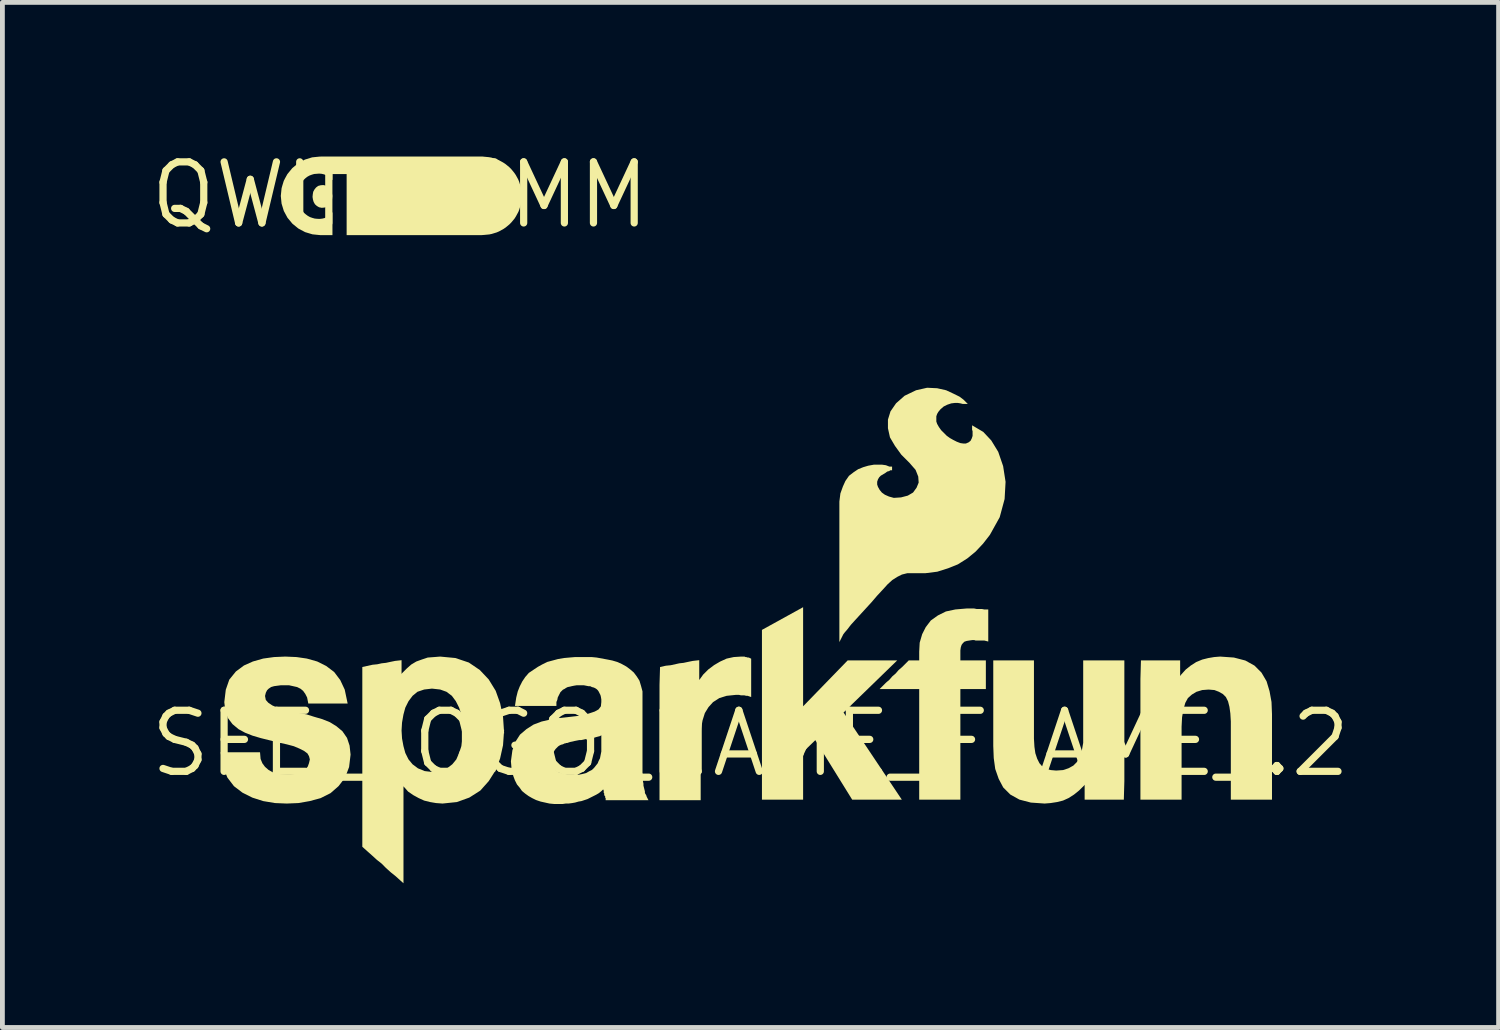
<source format=kicad_pcb>
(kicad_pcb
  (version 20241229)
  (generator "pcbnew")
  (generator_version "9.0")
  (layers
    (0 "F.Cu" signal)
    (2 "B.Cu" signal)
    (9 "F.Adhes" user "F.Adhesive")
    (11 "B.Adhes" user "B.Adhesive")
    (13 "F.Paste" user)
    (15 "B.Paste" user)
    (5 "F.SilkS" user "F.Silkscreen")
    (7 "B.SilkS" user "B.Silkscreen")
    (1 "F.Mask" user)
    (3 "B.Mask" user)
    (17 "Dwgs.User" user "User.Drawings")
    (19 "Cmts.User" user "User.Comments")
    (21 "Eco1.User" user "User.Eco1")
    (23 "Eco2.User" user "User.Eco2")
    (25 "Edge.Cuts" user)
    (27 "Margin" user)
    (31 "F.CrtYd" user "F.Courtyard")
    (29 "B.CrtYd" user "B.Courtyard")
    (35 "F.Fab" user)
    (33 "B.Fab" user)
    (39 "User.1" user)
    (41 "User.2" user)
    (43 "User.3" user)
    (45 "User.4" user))
  (footprint "SFE_LOGO_NAME_FLAME_.2"
    (layer "F.Cu")
    (at 12.556 12.41)
    (property "Reference" "SFE_LOGO_NAME_FLAME_.2" (at 0 0 0) (layer "F.SilkS") (effects (font (size 1.27 1.27) (thickness 0.15))))
    (fp_poly (pts (xy -5.123 -0.286) (xy -5.146 0.037) (xy -5.207 0.312) (xy -5.313 0.593) (xy -6.071 0.231) (xy -6.011 0.053) (xy -5.992 -0.102) (xy -5.98 -0.308)) (stroke (width 0) (type solid)) (fill yes) (layer "F.SilkS"))
    (fp_poly (pts (xy 1.094 -0.773) (xy 2.02 -1.727) (xy 3.05 -1.727) (xy 1.935 -0.644) (xy 3.147 1.169) (xy 2.115 1.169) (xy 1.348 -0.069) (xy 1.094 0.177) (xy 1.094 1.169) (xy 0.238 1.169) (xy 0.238 -2.362) (xy 1.094 -2.834)) (stroke (width 0) (type solid)) (fill yes) (layer "F.SilkS"))
    (fp_poly (pts (xy -3.337 -0.091) (xy -3.429 -0.091) (xy -3.466 -0.082) (xy -3.52 -0.071) (xy -3.56 -0.071) (xy -3.656 -0.052) (xy -3.696 -0.042) (xy -3.746 -0.032) (xy -3.859 -0.004) (xy -4.035 -0.522) (xy -3.808 -0.547) (xy -3.639 -0.567) (xy -3.444 -0.591)) (stroke (width 0) (type solid)) (fill yes) (layer "F.SilkS"))
    (fp_poly (pts (xy -0.105 -1.797) (xy -0.088 -1.797) (xy -0.058 -1.787) (xy -0.035 -1.787) (xy 0.014 -1.763) (xy 0.014 -0.966) (xy -0.06 -0.991) (xy -0.089 -0.991) (xy -0.129 -1.001) (xy -0.199 -1.001) (xy -0.239 -1.011) (xy -0.302 -1.011) (xy -0.496 -0.991) (xy -0.648 -0.944) (xy -0.779 -0.86) (xy -0.873 -0.756) (xy -0.949 -0.633) (xy -0.997 -0.48) (xy -1.026 -0.315) (xy -1.036 -0.138) (xy -1.036 1.179) (xy -1.892 1.179) (xy -1.892 -1.22) (xy -1.881 -1.59) (xy -1.76 -1.617) (xy -1.66 -1.627) (xy -1.48 -1.667) (xy -1.39 -1.677) (xy -1.302 -1.696) (xy -1.2 -1.717) (xy -1.066 -1.732) (xy -1.066 -1.32) (xy -0.983 -1.434) (xy -0.879 -1.538) (xy -0.755 -1.631) (xy -0.632 -1.703) (xy -0.496 -1.765) (xy -0.349 -1.797) (xy -0.195 -1.807) (xy -0.125 -1.807)) (stroke (width 0) (type solid)) (fill yes) (layer "F.SilkS"))
    (fp_poly (pts (xy 5.894 -0.1) (xy 5.904 0.067) (xy 5.923 0.202) (xy 5.961 0.316) (xy 6.008 0.41) (xy 6.062 0.472) (xy 6.142 0.526) (xy 6.243 0.553) (xy 6.356 0.563) (xy 6.499 0.553) (xy 6.611 0.516) (xy 6.713 0.46) (xy 6.785 0.388) (xy 6.841 0.285) (xy 6.889 0.151) (xy 6.918 -0.012) (xy 6.918 -1.727) (xy 7.774 -1.727) (xy 7.774 0.782) (xy 7.763 1.169) (xy 6.948 1.169) (xy 6.948 0.858) (xy 6.935 0.876) (xy 6.831 0.979) (xy 6.728 1.062) (xy 6.614 1.135) (xy 6.499 1.187) (xy 6.374 1.218) (xy 6.24 1.239) (xy 6.116 1.249) (xy 5.83 1.229) (xy 5.592 1.167) (xy 5.403 1.062) (xy 5.255 0.914) (xy 5.161 0.736) (xy 5.089 0.53) (xy 5.058 0.304) (xy 5.048 0.052) (xy 5.048 -1.727) (xy 5.894 -1.727)) (stroke (width 0) (type solid)) (fill yes) (layer "F.SilkS"))
    (fp_poly (pts (xy 10.052 -1.787) (xy 10.29 -1.725) (xy 10.479 -1.62) (xy 10.626 -1.473) (xy 10.731 -1.294) (xy 10.793 -1.088) (xy 10.834 -0.863) (xy 10.844 -0.61) (xy 10.844 1.169) (xy 9.988 1.169) (xy 9.988 -0.458) (xy 9.978 -0.625) (xy 9.959 -0.762) (xy 9.93 -0.876) (xy 9.885 -0.966) (xy 9.823 -1.028) (xy 9.74 -1.075) (xy 9.647 -1.111) (xy 9.526 -1.121) (xy 9.393 -1.111) (xy 9.272 -1.074) (xy 9.179 -1.018) (xy 9.096 -0.945) (xy 9.041 -0.844) (xy 9.003 -0.71) (xy 8.974 -0.545) (xy 8.964 -0.348) (xy 8.964 1.169) (xy 8.108 1.169) (xy 8.108 -1.34) (xy 8.119 -1.727) (xy 8.934 -1.727) (xy 8.934 -1.402) (xy 8.956 -1.433) (xy 9.05 -1.537) (xy 9.154 -1.62) (xy 9.268 -1.693) (xy 9.394 -1.745) (xy 9.518 -1.776) (xy 9.641 -1.797) (xy 9.766 -1.807)) (stroke (width 0) (type solid)) (fill yes) (layer "F.SilkS"))
    (fp_poly (pts (xy 4.7 -2.797) (xy 4.81 -2.797) (xy 4.86 -2.787) (xy 4.944 -2.787) (xy 4.944 -2.12) (xy 4.861 -2.141) (xy 4.68 -2.141) (xy 4.65 -2.151) (xy 4.619 -2.151) (xy 4.552 -2.141) (xy 4.495 -2.132) (xy 4.447 -2.116) (xy 4.415 -2.084) (xy 4.39 -2.051) (xy 4.373 -2) (xy 4.364 -1.936) (xy 4.364 -1.727) (xy 4.894 -1.727) (xy 4.894 -1.131) (xy 4.364 -1.131) (xy 4.364 1.169) (xy 3.508 1.169) (xy 3.508 -1.131) (xy 2.684 -1.131) (xy 2.82 -1.267) (xy 2.889 -1.326) (xy 2.949 -1.396) (xy 3.019 -1.456) (xy 3.079 -1.526) (xy 3.15 -1.587) (xy 3.29 -1.727) (xy 3.508 -1.727) (xy 3.508 -1.91) (xy 3.518 -2.096) (xy 3.57 -2.273) (xy 3.644 -2.419) (xy 3.749 -2.557) (xy 3.896 -2.662) (xy 4.063 -2.745) (xy 4.26 -2.787) (xy 4.494 -2.807) (xy 4.65 -2.807)) (stroke (width 0) (type solid)) (fill yes) (layer "F.SilkS"))
    (fp_poly (pts (xy -6.136 -1.777) (xy -5.857 -1.683) (xy -5.629 -1.528) (xy -5.444 -1.332) (xy -5.299 -1.096) (xy -5.207 -0.839) (xy -5.146 -0.554) (xy -5.123 -0.21) (xy -5.98 -0.232) (xy -5.992 -0.436) (xy -6.011 -0.601) (xy -6.059 -0.744) (xy -6.127 -0.879) (xy -6.211 -0.992) (xy -6.322 -1.075) (xy -6.453 -1.122) (xy -6.624 -1.141) (xy -6.786 -1.122) (xy -6.925 -1.075) (xy -7.026 -0.992) (xy -7.111 -0.879) (xy -7.178 -0.745) (xy -7.217 -0.601) (xy -7.246 -0.435) (xy -7.256 -0.269) (xy -7.246 -0.104) (xy -7.217 0.053) (xy -7.178 0.197) (xy -7.112 0.33) (xy -7.027 0.433) (xy -6.915 0.517) (xy -6.775 0.574) (xy -6.614 0.593) (xy -6.444 0.574) (xy -6.313 0.518) (xy -6.201 0.433) (xy -6.117 0.331) (xy -6.043 0.159) (xy -5.279 0.525) (xy -5.444 0.784) (xy -5.619 0.98) (xy -5.847 1.125) (xy -6.105 1.218) (xy -6.403 1.249) (xy -6.539 1.239) (xy -6.662 1.218) (xy -6.787 1.187) (xy -6.901 1.135) (xy -7.014 1.073) (xy -7.12 1) (xy -7.203 0.906) (xy -7.216 0.89) (xy -7.216 2.907) (xy -7.379 2.76) (xy -7.479 2.68) (xy -7.58 2.589) (xy -7.669 2.499) (xy -7.769 2.42) (xy -7.869 2.329) (xy -7.959 2.249) (xy -8.072 2.148) (xy -8.072 -1.59) (xy -7.86 -1.637) (xy -7.76 -1.647) (xy -7.67 -1.667) (xy -7.58 -1.677) (xy -7.492 -1.696) (xy -7.39 -1.717) (xy -7.256 -1.732) (xy -7.256 -1.446) (xy -7.243 -1.464) (xy -7.15 -1.557) (xy -7.057 -1.64) (xy -6.95 -1.704) (xy -6.837 -1.745) (xy -6.712 -1.787) (xy -6.577 -1.797) (xy -6.454 -1.807)) (stroke (width 0) (type solid)) (fill yes) (layer "F.SilkS"))
    (fp_poly (pts (xy -9.44 -1.797) (xy -9.226 -1.766) (xy -9.01 -1.705) (xy -8.824 -1.612) (xy -8.657 -1.486) (xy -8.531 -1.319) (xy -8.438 -1.121) (xy -8.377 -0.831) (xy -9.195 -0.831) (xy -9.22 -0.957) (xy -9.257 -1.029) (xy -9.302 -1.093) (xy -9.355 -1.137) (xy -9.427 -1.173) (xy -9.598 -1.211) (xy -9.762 -1.211) (xy -9.839 -1.201) (xy -9.906 -1.192) (xy -9.968 -1.174) (xy -10.02 -1.139) (xy -10.053 -1.106) (xy -10.078 -1.056) (xy -10.095 -0.988) (xy -10.079 -0.906) (xy -10.028 -0.848) (xy -9.945 -0.792) (xy -9.84 -0.745) (xy -9.715 -0.706) (xy -9.566 -0.676) (xy -9.406 -0.636) (xy -9.235 -0.606) (xy -9.073 -0.555) (xy -8.902 -0.505) (xy -8.747 -0.443) (xy -8.612 -0.36) (xy -8.486 -0.255) (xy -8.39 -0.116) (xy -8.337 0.043) (xy -8.316 0.231) (xy -8.347 0.49) (xy -8.43 0.71) (xy -8.566 0.887) (xy -8.733 1.033) (xy -8.94 1.137) (xy -9.166 1.198) (xy -9.4 1.239) (xy -9.644 1.249) (xy -9.888 1.239) (xy -10.133 1.198) (xy -10.358 1.126) (xy -10.564 1.023) (xy -10.741 0.888) (xy -10.877 0.71) (xy -10.971 0.481) (xy -11.019 0.183) (xy -10.199 0.183) (xy -10.187 0.322) (xy -10.15 0.412) (xy -10.096 0.485) (xy -10.022 0.55) (xy -9.939 0.596) (xy -9.845 0.624) (xy -9.749 0.643) (xy -9.632 0.653) (xy -9.558 0.653) (xy -9.473 0.634) (xy -9.397 0.615) (xy -9.322 0.577) (xy -9.259 0.541) (xy -9.207 0.481) (xy -9.181 0.41) (xy -9.163 0.332) (xy -9.18 0.265) (xy -9.213 0.207) (xy -9.284 0.154) (xy -9.38 0.106) (xy -9.496 0.057) (xy -9.643 0.018) (xy -9.823 -0.022) (xy -10.184 -0.112) (xy -10.356 -0.163) (xy -10.51 -0.224) (xy -10.645 -0.297) (xy -10.772 -0.403) (xy -10.868 -0.531) (xy -10.921 -0.68) (xy -10.942 -0.859) (xy -10.911 -1.118) (xy -10.838 -1.328) (xy -10.701 -1.497) (xy -10.533 -1.622) (xy -10.347 -1.705) (xy -10.132 -1.766) (xy -9.907 -1.797) (xy -9.674 -1.807)) (stroke (width 0) (type solid)) (fill yes) (layer "F.SilkS"))
    (fp_poly (pts (xy 3.881 -7.387) (xy 4.068 -7.345) (xy 4.223 -7.273) (xy 4.346 -7.212) (xy 4.431 -7.148) (xy 4.518 -7.061) (xy 4.411 -7.061) (xy 4.368 -7.072) (xy 4.313 -7.081) (xy 4.248 -7.081) (xy 4.174 -7.072) (xy 4.091 -7.044) (xy 4.017 -7.007) (xy 3.953 -6.952) (xy 3.907 -6.897) (xy 3.881 -6.853) (xy 3.864 -6.803) (xy 3.864 -6.695) (xy 3.881 -6.645) (xy 3.918 -6.58) (xy 3.965 -6.514) (xy 4.081 -6.398) (xy 4.147 -6.351) (xy 4.214 -6.313) (xy 4.291 -6.274) (xy 4.365 -6.246) (xy 4.429 -6.237) (xy 4.478 -6.237) (xy 4.536 -6.262) (xy 4.576 -6.294) (xy 4.601 -6.344) (xy 4.618 -6.395) (xy 4.618 -6.493) (xy 4.608 -6.523) (xy 4.608 -6.616) (xy 4.84 -6.479) (xy 5.006 -6.302) (xy 5.151 -6.065) (xy 5.253 -5.768) (xy 5.304 -5.441) (xy 5.284 -5.083) (xy 5.182 -4.705) (xy 4.978 -4.338) (xy 4.835 -4.154) (xy 4.682 -3.991) (xy 4.508 -3.848) (xy 4.313 -3.725) (xy 4.109 -3.643) (xy 3.884 -3.572) (xy 3.638 -3.541) (xy 3.261 -3.541) (xy 3.149 -3.513) (xy 3.055 -3.466) (xy 2.949 -3.399) (xy 2.853 -3.312) (xy 2.754 -3.203) (xy 2.634 -3.074) (xy 2.514 -2.934) (xy 2.394 -2.803) (xy 2.174 -2.563) (xy 2.085 -2.465) (xy 2.016 -2.375) (xy 1.956 -2.305) (xy 1.929 -2.269) (xy 1.848 -2.108) (xy 1.848 -5.031) (xy 1.869 -5.198) (xy 1.921 -5.343) (xy 1.973 -5.458) (xy 2.048 -5.566) (xy 2.144 -5.64) (xy 2.238 -5.703) (xy 2.343 -5.745) (xy 2.447 -5.776) (xy 2.563 -5.797) (xy 2.739 -5.797) (xy 2.816 -5.786) (xy 2.869 -5.765) (xy 2.892 -5.757) (xy 2.944 -5.757) (xy 2.944 -5.681) (xy 2.908 -5.681) (xy 2.882 -5.664) (xy 2.843 -5.654) (xy 2.807 -5.627) (xy 2.71 -5.569) (xy 2.676 -5.535) (xy 2.651 -5.493) (xy 2.634 -5.443) (xy 2.634 -5.385) (xy 2.651 -5.335) (xy 2.687 -5.271) (xy 2.732 -5.217) (xy 2.795 -5.172) (xy 2.879 -5.135) (xy 2.98 -5.107) (xy 3.13 -5.117) (xy 3.271 -5.154) (xy 3.38 -5.218) (xy 3.453 -5.318) (xy 3.497 -5.425) (xy 3.488 -5.55) (xy 3.433 -5.689) (xy 3.308 -5.833) (xy 3.137 -6.004) (xy 3.004 -6.188) (xy 2.9 -6.365) (xy 2.858 -6.555) (xy 2.858 -6.735) (xy 2.911 -6.906) (xy 3.027 -7.074) (xy 3.205 -7.231) (xy 3.443 -7.345) (xy 3.673 -7.397)) (stroke (width 0) (type solid)) (fill yes) (layer "F.SilkS"))
    (fp_poly (pts (xy -3.199 -1.787) (xy -2.977 -1.746) (xy -2.875 -1.726) (xy -2.771 -1.695) (xy -2.677 -1.653) (xy -2.583 -1.601) (xy -2.5 -1.539) (xy -2.426 -1.475) (xy -2.363 -1.391) (xy -2.309 -1.305) (xy -2.277 -1.199) (xy -2.246 -1.084) (xy -2.246 0.607) (xy -2.236 0.657) (xy -2.236 0.787) (xy -2.226 0.837) (xy -2.226 0.876) (xy -2.196 0.996) (xy -2.196 1.025) (xy -2.189 1.044) (xy -2.169 1.074) (xy -2.159 1.106) (xy -2.122 1.179) (xy -3.012 1.179) (xy -3.012 1.137) (xy -3.022 1.127) (xy -3.022 1.1) (xy -3.025 1.094) (xy -3.042 1.077) (xy -3.042 1.037) (xy -3.052 1.027) (xy -3.052 0.98) (xy -3.062 0.96) (xy -3.062 0.953) (xy -3.099 0.989) (xy -3.152 1.032) (xy -3.206 1.064) (xy -3.389 1.156) (xy -3.515 1.198) (xy -3.576 1.208) (xy -3.646 1.228) (xy -3.708 1.239) (xy -3.781 1.249) (xy -3.841 1.249) (xy -3.911 1.259) (xy -4.076 1.259) (xy -4.18 1.249) (xy -4.364 1.208) (xy -4.459 1.176) (xy -4.542 1.135) (xy -4.615 1.093) (xy -4.687 1.041) (xy -4.752 0.987) (xy -4.804 0.914) (xy -4.856 0.852) (xy -4.899 0.766) (xy -4.93 0.683) (xy -4.961 0.579) (xy -4.972 0.485) (xy -4.982 0.37) (xy -4.951 0.142) (xy -4.888 -0.036) (xy -4.793 -0.184) (xy -4.657 -0.3) (xy -4.511 -0.393) (xy -4.345 -0.456) (xy -4.172 -0.496) (xy -3.958 -0.532) (xy -3.785 -0.022) (xy -3.861 -0.003) (xy -3.901 0.017) (xy -3.941 0.027) (xy -3.975 0.044) (xy -4 0.061) (xy -4.054 0.115) (xy -4.091 0.17) (xy -4.108 0.204) (xy -4.117 0.239) (xy -4.126 0.285) (xy -4.126 0.377) (xy -4.117 0.423) (xy -4.108 0.458) (xy -4.091 0.492) (xy -4.054 0.547) (xy -4.03 0.571) (xy -4.005 0.588) (xy -3.969 0.606) (xy -3.939 0.616) (xy -3.901 0.635) (xy -3.866 0.644) (xy -3.82 0.653) (xy -3.588 0.653) (xy -3.492 0.634) (xy -3.418 0.615) (xy -3.352 0.577) (xy -3.297 0.55) (xy -3.252 0.506) (xy -3.177 0.412) (xy -3.159 0.365) (xy -3.13 0.309) (xy -3.102 0.167) (xy -3.102 -0.171) (xy -3.128 -0.154) (xy -3.213 -0.132) (xy -3.244 -0.122) (xy -3.296 -0.112) (xy -3.413 -0.082) (xy -3.519 -0.575) (xy -3.356 -0.625) (xy -3.239 -0.664) (xy -3.16 -0.708) (xy -3.111 -0.773) (xy -3.102 -0.861) (xy -3.102 -0.916) (xy -3.111 -0.971) (xy -3.12 -1.006) (xy -3.157 -1.08) (xy -3.174 -1.105) (xy -3.198 -1.129) (xy -3.223 -1.146) (xy -3.257 -1.163) (xy -3.297 -1.173) (xy -3.333 -1.191) (xy -3.368 -1.191) (xy -3.468 -1.211) (xy -3.611 -1.211) (xy -3.667 -1.202) (xy -3.716 -1.192) (xy -3.756 -1.182) (xy -3.802 -1.173) (xy -3.835 -1.156) (xy -3.865 -1.136) (xy -3.901 -1.118) (xy -3.953 -1.066) (xy -4.008 -0.957) (xy -4.017 -0.908) (xy -4.036 -0.862) (xy -4.036 -0.781) (xy -4.898 -0.781) (xy -4.871 -0.957) (xy -4.84 -1.081) (xy -4.799 -1.185) (xy -4.747 -1.288) (xy -4.684 -1.382) (xy -4.609 -1.468) (xy -4.424 -1.592) (xy -4.332 -1.643) (xy -4.228 -1.695) (xy -4.002 -1.756) (xy -3.879 -1.777) (xy -3.767 -1.787) (xy -3.646 -1.797) (xy -3.302 -1.797)) (stroke (width 0) (type solid)) (fill yes) (layer "F.SilkS")))
  (footprint "QWIIC_5MM"
    (layer "F.Cu")
    (at 5.269 1.006)
    (property "Reference" "QWIIC_5MM" (at 0 0 0) (layer "F.SilkS") (effects (font (size 1.27 1.27) (thickness 0.15))))
    (fp_poly (pts (xy -1.543 -0.197) (xy -1.497 -0.17) (xy -1.457 -0.134) (xy -1.43 -0.086) (xy -1.416 -0.035) (xy -1.408 0.018) (xy -1.413 0.072) (xy -1.421 0.125) (xy -1.447 0.173) (xy -1.48 0.214) (xy -1.524 0.247) (xy -1.577 0.261) (xy -1.63 0.265) (xy -1.684 0.254) (xy -1.73 0.227) (xy -1.77 0.191) (xy -1.797 0.143) (xy -1.812 0.092) (xy -1.82 0.038) (xy -1.815 -0.015) (xy -1.806 -0.068) (xy -1.78 -0.116) (xy -1.747 -0.157) (xy -1.703 -0.19) (xy -1.65 -0.204) (xy -1.597 -0.208)) (stroke (width 0) (type solid)) (fill yes) (layer "F.SilkS"))
    (fp_poly (pts (xy 1.741 -0.798) (xy 1.846 -0.788) (xy 1.899 -0.779) (xy 2 -0.747) (xy 2.05 -0.728) (xy 2.143 -0.677) (xy 2.188 -0.648) (xy 2.27 -0.581) (xy 2.308 -0.544) (xy 2.376 -0.461) (xy 2.406 -0.417) (xy 2.457 -0.324) (xy 2.477 -0.275) (xy 2.509 -0.173) (xy 2.519 -0.121) (xy 2.53 -0.015) (xy 2.531 0.038) (xy 2.52 0.144) (xy 2.511 0.197) (xy 2.48 0.298) (xy 2.461 0.348) (xy 2.41 0.442) (xy 2.382 0.487) (xy 2.314 0.569) (xy 2.277 0.607) (xy 2.195 0.675) (xy 2.151 0.705) (xy 2.058 0.756) (xy 2.009 0.777) (xy 1.907 0.808) (xy 1.855 0.819) (xy 1.749 0.829) (xy 1.696 0.833) (xy -1.054 0.833) (xy -1.111 0.834) (xy -1.111 -0.437) (xy -1.406 -0.437) (xy -1.406 -0.432) (xy -1.406 -0.311) (xy -1.448 -0.351) (xy -1.488 -0.384) (xy -1.533 -0.411) (xy -1.581 -0.43) (xy -1.631 -0.442) (xy -1.683 -0.446) (xy -1.787 -0.438) (xy -1.837 -0.423) (xy -1.885 -0.405) (xy -1.931 -0.379) (xy -1.971 -0.347) (xy -2.008 -0.311) (xy -2.039 -0.269) (xy -2.064 -0.223) (xy -2.086 -0.176) (xy -2.099 -0.125) (xy -2.11 -0.075) (xy -2.117 0.03) (xy -2.107 0.134) (xy -2.095 0.185) (xy -2.079 0.234) (xy -2.057 0.282) (xy -2.029 0.326) (xy -1.999 0.368) (xy -1.96 0.402) (xy -1.918 0.433) (xy -1.873 0.458) (xy -1.824 0.475) (xy -1.774 0.489) (xy -1.722 0.494) (xy -1.67 0.496) (xy -1.618 0.49) (xy -1.568 0.478) (xy -1.521 0.457) (xy -1.477 0.428) (xy -1.439 0.393) (xy -1.406 0.357) (xy -1.406 0.811) (xy -1.406 0.833) (xy -1.662 0.833) (xy -1.821 0.817) (xy -1.974 0.771) (xy -2.115 0.696) (xy -2.239 0.595) (xy -2.341 0.472) (xy -2.417 0.331) (xy -2.464 0.178) (xy -2.48 0.019) (xy -2.464 -0.14) (xy -2.45 -0.191) (xy -2.419 -0.293) (xy -2.395 -0.341) (xy -2.344 -0.434) (xy -2.243 -0.558) (xy -2.121 -0.661) (xy -1.98 -0.737) (xy -1.828 -0.784) (xy -1.669 -0.8) (xy -1.616 -0.801) (xy 1.716 -0.801)) (stroke (width 0) (type solid)) (fill yes) (layer "F.SilkS")))
  (gr_rect
    (start -3 -3)
    (end 28.112 18.316)
    (stroke (width 0.1) (type default))
    (fill no)
    (layer "Edge.Cuts")))
</source>
